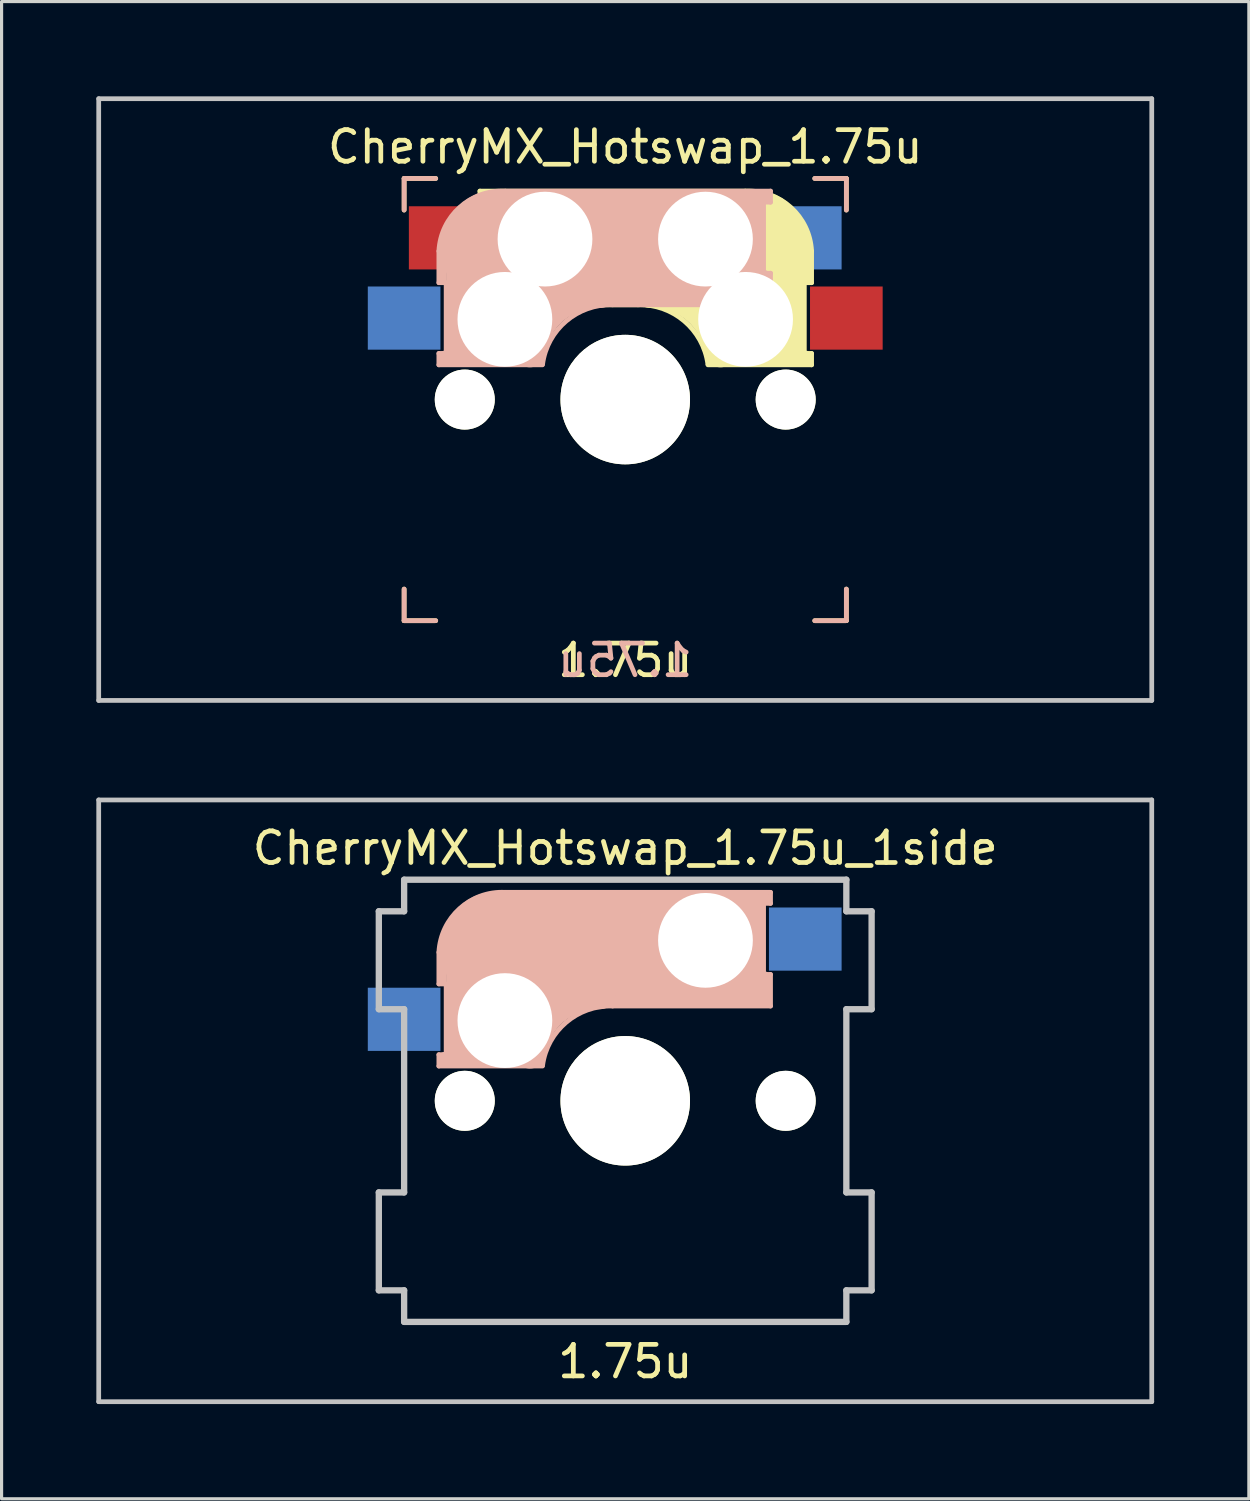
<source format=kicad_pcb>
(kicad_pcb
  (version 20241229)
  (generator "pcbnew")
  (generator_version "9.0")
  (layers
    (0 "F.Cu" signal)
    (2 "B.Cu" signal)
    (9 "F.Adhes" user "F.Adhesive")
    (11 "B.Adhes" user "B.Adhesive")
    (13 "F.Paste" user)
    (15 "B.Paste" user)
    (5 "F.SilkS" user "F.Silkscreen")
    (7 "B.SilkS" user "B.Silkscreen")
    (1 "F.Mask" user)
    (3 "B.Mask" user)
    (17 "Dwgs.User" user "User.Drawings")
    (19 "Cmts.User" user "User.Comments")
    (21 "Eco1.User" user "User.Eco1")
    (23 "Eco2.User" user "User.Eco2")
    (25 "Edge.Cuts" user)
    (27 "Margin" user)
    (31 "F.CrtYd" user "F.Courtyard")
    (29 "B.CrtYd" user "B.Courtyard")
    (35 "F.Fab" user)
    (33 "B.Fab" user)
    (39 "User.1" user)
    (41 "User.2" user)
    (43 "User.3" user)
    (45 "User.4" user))
  (footprint "CherryMX_Hotswap_1.75u_1side"
    (layer "F.Cu")
    (at 16.744 31.8)
    (property "Reference" "CherryMX_Hotswap_1.75u_1side" (at 0 -8 0) (layer "F.SilkS") (effects (font (size 1 1) (thickness 0.15))))
    (attr through_hole)
    (fp_line (start -7 -7) (end -6 -7) (stroke (width 0.15) (type solid)) (layer "F.SilkS"))
    (fp_line (start -7 -6) (end -7 -7) (stroke (width 0.15) (type solid)) (layer "F.SilkS"))
    (fp_line (start -7 6) (end -7 7) (stroke (width 0.15) (type solid)) (layer "F.SilkS"))
    (fp_line (start -7 7) (end -6 7) (stroke (width 0.15) (type solid)) (layer "F.SilkS"))
    (fp_line (start 6 7) (end 7 7) (stroke (width 0.15) (type solid)) (layer "F.SilkS"))
    (fp_line (start 7 -7) (end 6 -7) (stroke (width 0.15) (type solid)) (layer "F.SilkS"))
    (fp_line (start 7 -7) (end 7 -6) (stroke (width 0.15) (type solid)) (layer "F.SilkS"))
    (fp_line (start 7 7) (end 7 6) (stroke (width 0.15) (type solid)) (layer "F.SilkS"))
    (fp_line (start -5.9 -4.7) (end -5.9 -3.7) (stroke (width 0.15) (type solid)) (layer "B.SilkS"))
    (fp_line (start -5.9 -3.7) (end -5.7 -3.7) (stroke (width 0.15) (type solid)) (layer "B.SilkS"))
    (fp_line (start -5.9 -1.1) (end -5.9 -1.46) (stroke (width 0.15) (type solid)) (layer "B.SilkS"))
    (fp_line (start -5.9 -1.1) (end -2.62 -1.1) (stroke (width 0.15) (type solid)) (layer "B.SilkS"))
    (fp_line (start -5.8 -3.8) (end -5.8 -4.7) (stroke (width 0.3) (type solid)) (layer "B.SilkS"))
    (fp_line (start -5.7 -1.46) (end -5.9 -1.46) (stroke (width 0.15) (type solid)) (layer "B.SilkS"))
    (fp_line (start -5.7 -1.3) (end -3 -1.3) (stroke (width 0.5) (type solid)) (layer "B.SilkS"))
    (fp_line (start -5.67 -3.7) (end -5.67 -1.46) (stroke (width 0.15) (type solid)) (layer "B.SilkS"))
    (fp_line (start -5.3 -1.6) (end -5.3 -3.4) (stroke (width 0.8) (type solid)) (layer "B.SilkS"))
    (fp_line (start -4.17 -5.1) (end -4.17 -2.86) (stroke (width 3) (type solid)) (layer "B.SilkS"))
    (fp_line (start -0.4 -3) (end 4.6 -3) (stroke (width 0.15) (type solid)) (layer "B.SilkS"))
    (fp_line (start 2.6 -4.8) (end -4.1 -4.8) (stroke (width 3.5) (type solid)) (layer "B.SilkS"))
    (fp_line (start 3.9 -6) (end 3.9 -3.5) (stroke (width 1) (type solid)) (layer "B.SilkS"))
    (fp_line (start 4.3 -3.3) (end 2.9 -3.3) (stroke (width 0.5) (type solid)) (layer "B.SilkS"))
    (fp_line (start 4.38 -4) (end 4.38 -6.25) (stroke (width 0.15) (type solid)) (layer "B.SilkS"))
    (fp_line (start 4.4 -6.4) (end 3 -6.4) (stroke (width 0.4) (type solid)) (layer "B.SilkS"))
    (fp_line (start 4.4 -6.25) (end 4.6 -6.25) (stroke (width 0.15) (type solid)) (layer "B.SilkS"))
    (fp_line (start 4.4 -3.9) (end 4.4 -3.2) (stroke (width 0.4) (type solid)) (layer "B.SilkS"))
    (fp_line (start 4.6 -6.6) (end -3.8 -6.6) (stroke (width 0.15) (type solid)) (layer "B.SilkS"))
    (fp_line (start 4.6 -6.25) (end 4.6 -6.6) (stroke (width 0.15) (type solid)) (layer "B.SilkS"))
    (fp_line (start 4.6 -4) (end 4.4 -4) (stroke (width 0.15) (type solid)) (layer "B.SilkS"))
    (fp_line (start 4.6 -3) (end 4.6 -4) (stroke (width 0.15) (type solid)) (layer "B.SilkS"))
    (fp_arc (start -5.9 -4.699999) (mid -5.243504 -6.084924) (end -3.800001 -6.6) (stroke (width 0.15) (type solid)) (layer "B.SilkS"))
    (fp_arc (start -3.016318 -1.521471) (mid -2.268709 -2.886118) (end -0.8 -3.4) (stroke (width 1) (type solid)) (layer "B.SilkS"))
    (fp_arc (start -2.616318 -1.121471) (mid -1.868709 -2.486118) (end -0.4 -3) (stroke (width 0.15) (type solid)) (layer "B.SilkS"))
    (fp_line (start -16.669 -9.525) (end 16.669 -9.525) (stroke (width 0.15) (type solid)) (layer "Dwgs.User"))
    (fp_line (start -16.669 9.525) (end -16.669 -9.525) (stroke (width 0.15) (type solid)) (layer "Dwgs.User"))
    (fp_line (start -7.801 -6) (end -7.801 -2.9) (stroke (width 0.2) (type solid)) (layer "Dwgs.User"))
    (fp_line (start -7.801 -2.9) (end -7 -2.9) (stroke (width 0.2) (type solid)) (layer "Dwgs.User"))
    (fp_line (start -7.801 2.9) (end -7.801 6) (stroke (width 0.2) (type solid)) (layer "Dwgs.User"))
    (fp_line (start -7.801 6) (end -7 6) (stroke (width 0.2) (type solid)) (layer "Dwgs.User"))
    (fp_line (start -7 -7) (end -7 -6) (stroke (width 0.2) (type solid)) (layer "Dwgs.User"))
    (fp_line (start -7 -6) (end -7.801 -6) (stroke (width 0.2) (type solid)) (layer "Dwgs.User"))
    (fp_line (start -7 -2.9) (end -7 2.9) (stroke (width 0.2) (type solid)) (layer "Dwgs.User"))
    (fp_line (start -7 2.9) (end -7.801 2.9) (stroke (width 0.2) (type solid)) (layer "Dwgs.User"))
    (fp_line (start -7 6) (end -7 6.999) (stroke (width 0.2) (type solid)) (layer "Dwgs.User"))
    (fp_line (start -7 6.999) (end 7 6.999) (stroke (width 0.2) (type solid)) (layer "Dwgs.User"))
    (fp_line (start 7 -7) (end -7 -7) (stroke (width 0.2) (type solid)) (layer "Dwgs.User"))
    (fp_line (start 7 -6) (end 7 -7) (stroke (width 0.2) (type solid)) (layer "Dwgs.User"))
    (fp_line (start 7 -2.9) (end 7.8 -2.9) (stroke (width 0.2) (type solid)) (layer "Dwgs.User"))
    (fp_line (start 7 2.9) (end 7 -2.9) (stroke (width 0.2) (type solid)) (layer "Dwgs.User"))
    (fp_line (start 7 6) (end 7.8 6) (stroke (width 0.2) (type solid)) (layer "Dwgs.User"))
    (fp_line (start 7 6.999) (end 7 6) (stroke (width 0.2) (type solid)) (layer "Dwgs.User"))
    (fp_line (start 7.8 -6) (end 7 -6) (stroke (width 0.2) (type solid)) (layer "Dwgs.User"))
    (fp_line (start 7.8 -2.9) (end 7.8 -6) (stroke (width 0.2) (type solid)) (layer "Dwgs.User"))
    (fp_line (start 7.8 2.9) (end 7 2.9) (stroke (width 0.2) (type solid)) (layer "Dwgs.User"))
    (fp_line (start 7.8 6) (end 7.8 2.9) (stroke (width 0.2) (type solid)) (layer "Dwgs.User"))
    (fp_line (start 16.669 -9.525) (end 16.669 9.525) (stroke (width 0.15) (type solid)) (layer "Dwgs.User"))
    (fp_line (start 16.669 9.525) (end -16.669 9.525) (stroke (width 0.15) (type solid)) (layer "Dwgs.User"))
    (fp_text user "1.75u" (at 0 8.255 0) (layer "F.SilkS") (effects (font (size 1 1) (thickness 0.15))))
    (pad "" np_thru_hole circle (at -5.08 0) (size 1.9 1.9) (drill 1.9) (layers "*.Cu" "*.Mask" "F.SilkS"))
    (pad "" np_thru_hole circle (at -3.81 -2.54 180) (size 3 3) (drill 3) (layers "*.Cu" "*.Mask"))
    (pad "" np_thru_hole circle (at 0 0 90) (size 4.1 4.1) (drill 4.1) (layers "*.Cu" "*.Mask" "F.SilkS"))
    (pad "" np_thru_hole circle (at 2.54 -5.08 180) (size 3 3) (drill 3) (layers "*.Cu" "*.Mask"))
    (pad "" np_thru_hole circle (at 5.08 0) (size 1.9 1.9) (drill 1.9) (layers "*.Cu" "*.Mask" "F.SilkS"))
    (pad "1" smd rect (at -7 -2.58 180) (size 2.3 2) (layers "B.Cu" "B.Mask" "B.Paste"))
    (pad "2" smd rect (at 5.7 -5.12 180) (size 2.3 2) (layers "B.Cu" "B.Mask" "B.Paste")))
  (footprint "CherryMX_Hotswap_1.75u"
    (layer "F.Cu")
    (at 16.744 9.6)
    (property "Reference" "CherryMX_Hotswap_1.75u" (at 0 -8 0) (layer "F.SilkS") (effects (font (size 1 1) (thickness 0.15))))
    (attr through_hole)
    (fp_line (start -7 -7) (end -6 -7) (stroke (width 0.15) (type solid)) (layer "F.SilkS"))
    (fp_line (start -7 -6) (end -7 -7) (stroke (width 0.15) (type solid)) (layer "F.SilkS"))
    (fp_line (start -7 6) (end -7 7) (stroke (width 0.15) (type solid)) (layer "F.SilkS"))
    (fp_line (start -7 7) (end -6 7) (stroke (width 0.15) (type solid)) (layer "F.SilkS"))
    (fp_line (start -4.6 -6.6) (end 3.8 -6.6) (stroke (width 0.15) (type solid)) (layer "F.SilkS"))
    (fp_line (start -4.6 -6.25) (end -4.6 -6.6) (stroke (width 0.15) (type solid)) (layer "F.SilkS"))
    (fp_line (start -4.6 -4) (end -4.4 -4) (stroke (width 0.15) (type solid)) (layer "F.SilkS"))
    (fp_line (start -4.6 -3) (end -4.6 -4) (stroke (width 0.15) (type solid)) (layer "F.SilkS"))
    (fp_line (start -4.4 -6.4) (end -3 -6.4) (stroke (width 0.4) (type solid)) (layer "F.SilkS"))
    (fp_line (start -4.4 -6.25) (end -4.6 -6.25) (stroke (width 0.15) (type solid)) (layer "F.SilkS"))
    (fp_line (start -4.4 -3.9) (end -4.4 -3.2) (stroke (width 0.4) (type solid)) (layer "F.SilkS"))
    (fp_line (start -4.38 -4) (end -4.38 -6.25) (stroke (width 0.15) (type solid)) (layer "F.SilkS"))
    (fp_line (start -4.3 -3.3) (end -2.9 -3.3) (stroke (width 0.5) (type solid)) (layer "F.SilkS"))
    (fp_line (start -3.9 -6) (end -3.9 -3.5) (stroke (width 1) (type solid)) (layer "F.SilkS"))
    (fp_line (start -2.6 -4.8) (end 4.1 -4.8) (stroke (width 3.5) (type solid)) (layer "F.SilkS"))
    (fp_line (start 0.4 -3) (end -4.6 -3) (stroke (width 0.15) (type solid)) (layer "F.SilkS"))
    (fp_line (start 4.17 -5.1) (end 4.17 -2.86) (stroke (width 3) (type solid)) (layer "F.SilkS"))
    (fp_line (start 5.3 -1.6) (end 5.3 -3.4) (stroke (width 0.8) (type solid)) (layer "F.SilkS"))
    (fp_line (start 5.67 -3.7) (end 5.67 -1.46) (stroke (width 0.15) (type solid)) (layer "F.SilkS"))
    (fp_line (start 5.7 -1.46) (end 5.9 -1.46) (stroke (width 0.15) (type solid)) (layer "F.SilkS"))
    (fp_line (start 5.7 -1.3) (end 3 -1.3) (stroke (width 0.5) (type solid)) (layer "F.SilkS"))
    (fp_line (start 5.8 -3.8) (end 5.8 -4.7) (stroke (width 0.3) (type solid)) (layer "F.SilkS"))
    (fp_line (start 5.9 -4.7) (end 5.9 -3.7) (stroke (width 0.15) (type solid)) (layer "F.SilkS"))
    (fp_line (start 5.9 -3.7) (end 5.7 -3.7) (stroke (width 0.15) (type solid)) (layer "F.SilkS"))
    (fp_line (start 5.9 -1.1) (end 2.62 -1.1) (stroke (width 0.15) (type solid)) (layer "F.SilkS"))
    (fp_line (start 5.9 -1.1) (end 5.9 -1.46) (stroke (width 0.15) (type solid)) (layer "F.SilkS"))
    (fp_line (start 6 7) (end 7 7) (stroke (width 0.15) (type solid)) (layer "F.SilkS"))
    (fp_line (start 7 -7) (end 6 -7) (stroke (width 0.15) (type solid)) (layer "F.SilkS"))
    (fp_line (start 7 -7) (end 7 -6) (stroke (width 0.15) (type solid)) (layer "F.SilkS"))
    (fp_line (start 7 7) (end 7 6) (stroke (width 0.15) (type solid)) (layer "F.SilkS"))
    (fp_arc (start 0.4 -3) (mid 1.868709 -2.486118) (end 2.616318 -1.121471) (stroke (width 0.15) (type solid)) (layer "F.SilkS"))
    (fp_arc (start 0.8 -3.4) (mid 2.268709 -2.886118) (end 3.016318 -1.521471) (stroke (width 1) (type solid)) (layer "F.SilkS"))
    (fp_arc (start 3.8 -6.600001) (mid 5.243504 -6.084925) (end 5.900001 -4.7) (stroke (width 0.15) (type solid)) (layer "F.SilkS"))
    (fp_line (start -7 -7) (end -6 -7) (stroke (width 0.15) (type solid)) (layer "B.SilkS"))
    (fp_line (start -7 -6) (end -7 -7) (stroke (width 0.15) (type solid)) (layer "B.SilkS"))
    (fp_line (start -7 6) (end -7 7) (stroke (width 0.15) (type solid)) (layer "B.SilkS"))
    (fp_line (start -7 7) (end -6 7) (stroke (width 0.15) (type solid)) (layer "B.SilkS"))
    (fp_line (start -5.9 -4.7) (end -5.9 -3.7) (stroke (width 0.15) (type solid)) (layer "B.SilkS"))
    (fp_line (start -5.9 -3.7) (end -5.7 -3.7) (stroke (width 0.15) (type solid)) (layer "B.SilkS"))
    (fp_line (start -5.9 -1.1) (end -5.9 -1.46) (stroke (width 0.15) (type solid)) (layer "B.SilkS"))
    (fp_line (start -5.9 -1.1) (end -2.62 -1.1) (stroke (width 0.15) (type solid)) (layer "B.SilkS"))
    (fp_line (start -5.8 -3.8) (end -5.8 -4.7) (stroke (width 0.3) (type solid)) (layer "B.SilkS"))
    (fp_line (start -5.7 -1.46) (end -5.9 -1.46) (stroke (width 0.15) (type solid)) (layer "B.SilkS"))
    (fp_line (start -5.7 -1.3) (end -3 -1.3) (stroke (width 0.5) (type solid)) (layer "B.SilkS"))
    (fp_line (start -5.67 -3.7) (end -5.67 -1.46) (stroke (width 0.15) (type solid)) (layer "B.SilkS"))
    (fp_line (start -5.3 -1.6) (end -5.3 -3.4) (stroke (width 0.8) (type solid)) (layer "B.SilkS"))
    (fp_line (start -4.17 -5.1) (end -4.17 -2.86) (stroke (width 3) (type solid)) (layer "B.SilkS"))
    (fp_line (start -0.4 -3) (end 4.6 -3) (stroke (width 0.15) (type solid)) (layer "B.SilkS"))
    (fp_line (start 2.6 -4.8) (end -4.1 -4.8) (stroke (width 3.5) (type solid)) (layer "B.SilkS"))
    (fp_line (start 3.9 -6) (end 3.9 -3.5) (stroke (width 1) (type solid)) (layer "B.SilkS"))
    (fp_line (start 4.3 -3.3) (end 2.9 -3.3) (stroke (width 0.5) (type solid)) (layer "B.SilkS"))
    (fp_line (start 4.38 -4) (end 4.38 -6.25) (stroke (width 0.15) (type solid)) (layer "B.SilkS"))
    (fp_line (start 4.4 -6.4) (end 3 -6.4) (stroke (width 0.4) (type solid)) (layer "B.SilkS"))
    (fp_line (start 4.4 -6.25) (end 4.6 -6.25) (stroke (width 0.15) (type solid)) (layer "B.SilkS"))
    (fp_line (start 4.4 -3.9) (end 4.4 -3.2) (stroke (width 0.4) (type solid)) (layer "B.SilkS"))
    (fp_line (start 4.6 -6.6) (end -3.8 -6.6) (stroke (width 0.15) (type solid)) (layer "B.SilkS"))
    (fp_line (start 4.6 -6.25) (end 4.6 -6.6) (stroke (width 0.15) (type solid)) (layer "B.SilkS"))
    (fp_line (start 4.6 -4) (end 4.4 -4) (stroke (width 0.15) (type solid)) (layer "B.SilkS"))
    (fp_line (start 4.6 -3) (end 4.6 -4) (stroke (width 0.15) (type solid)) (layer "B.SilkS"))
    (fp_line (start 6 7) (end 7 7) (stroke (width 0.15) (type solid)) (layer "B.SilkS"))
    (fp_line (start 7 -7) (end 6 -7) (stroke (width 0.15) (type solid)) (layer "B.SilkS"))
    (fp_line (start 7 -7) (end 7 -6) (stroke (width 0.15) (type solid)) (layer "B.SilkS"))
    (fp_line (start 7 7) (end 7 6) (stroke (width 0.15) (type solid)) (layer "B.SilkS"))
    (fp_arc (start -5.9 -4.699999) (mid -5.243504 -6.084924) (end -3.800001 -6.6) (stroke (width 0.15) (type solid)) (layer "B.SilkS"))
    (fp_arc (start -3.016318 -1.521471) (mid -2.268709 -2.886118) (end -0.8 -3.4) (stroke (width 1) (type solid)) (layer "B.SilkS"))
    (fp_arc (start -2.616318 -1.121471) (mid -1.868709 -2.486118) (end -0.4 -3) (stroke (width 0.15) (type solid)) (layer "B.SilkS"))
    (fp_line (start -16.669 -9.525) (end 16.669 -9.525) (stroke (width 0.15) (type solid)) (layer "Dwgs.User"))
    (fp_line (start -16.669 9.525) (end -16.669 -9.525) (stroke (width 0.15) (type solid)) (layer "Dwgs.User"))
    (fp_line (start 16.669 -9.525) (end 16.669 9.525) (stroke (width 0.15) (type solid)) (layer "Dwgs.User"))
    (fp_line (start 16.669 9.525) (end -16.669 9.525) (stroke (width 0.15) (type solid)) (layer "Dwgs.User"))
    (fp_text user "1.75u" (at 0 8.255 0) (layer "F.SilkS") (effects (font (size 1 1) (thickness 0.15))))
    (fp_text user "1.75u" (at 0 8.255 0) (layer "B.SilkS") (effects (font (size 1 1) (thickness 0.15)) (justify mirror)))
    (pad "" np_thru_hole circle (at -5.08 0) (size 1.9 1.9) (drill 1.9) (layers "*.Cu" "*.Mask" "F.SilkS"))
    (pad "" np_thru_hole circle (at -3.81 -2.54 180) (size 3 3) (drill 3) (layers "*.Cu" "*.Mask"))
    (pad "" np_thru_hole circle (at -2.54 -5.08 180) (size 3 3) (drill 3) (layers "*.Cu" "*.Mask"))
    (pad "" np_thru_hole circle (at 0 0 90) (size 4.1 4.1) (drill 4.1) (layers "*.Cu" "*.Mask" "F.SilkS"))
    (pad "" np_thru_hole circle (at 2.54 -5.08 180) (size 3 3) (drill 3) (layers "*.Cu" "*.Mask"))
    (pad "" np_thru_hole circle (at 3.81 -2.54 180) (size 3 3) (drill 3) (layers "*.Cu" "*.Mask"))
    (pad "" np_thru_hole circle (at 5.08 0) (size 1.9 1.9) (drill 1.9) (layers "*.Cu" "*.Mask" "F.SilkS"))
    (pad "1" smd rect (at -7 -2.58 180) (size 2.3 2) (layers "B.Cu" "B.Mask" "B.Paste"))
    (pad "1" smd rect (at 7 -2.58 180) (size 2.3 2) (layers "F.Cu" "F.Mask" "F.Paste"))
    (pad "2" smd rect (at -5.7 -5.12 180) (size 2.3 2) (layers "F.Cu" "F.Mask" "F.Paste"))
    (pad "2" smd rect (at 5.7 -5.12 180) (size 2.3 2) (layers "B.Cu" "B.Mask" "B.Paste")))
  (gr_rect
    (start -3 -3)
    (end 36.487 44.4)
    (stroke (width 0.1) (type default))
    (fill no)
    (layer "Edge.Cuts")))
</source>
